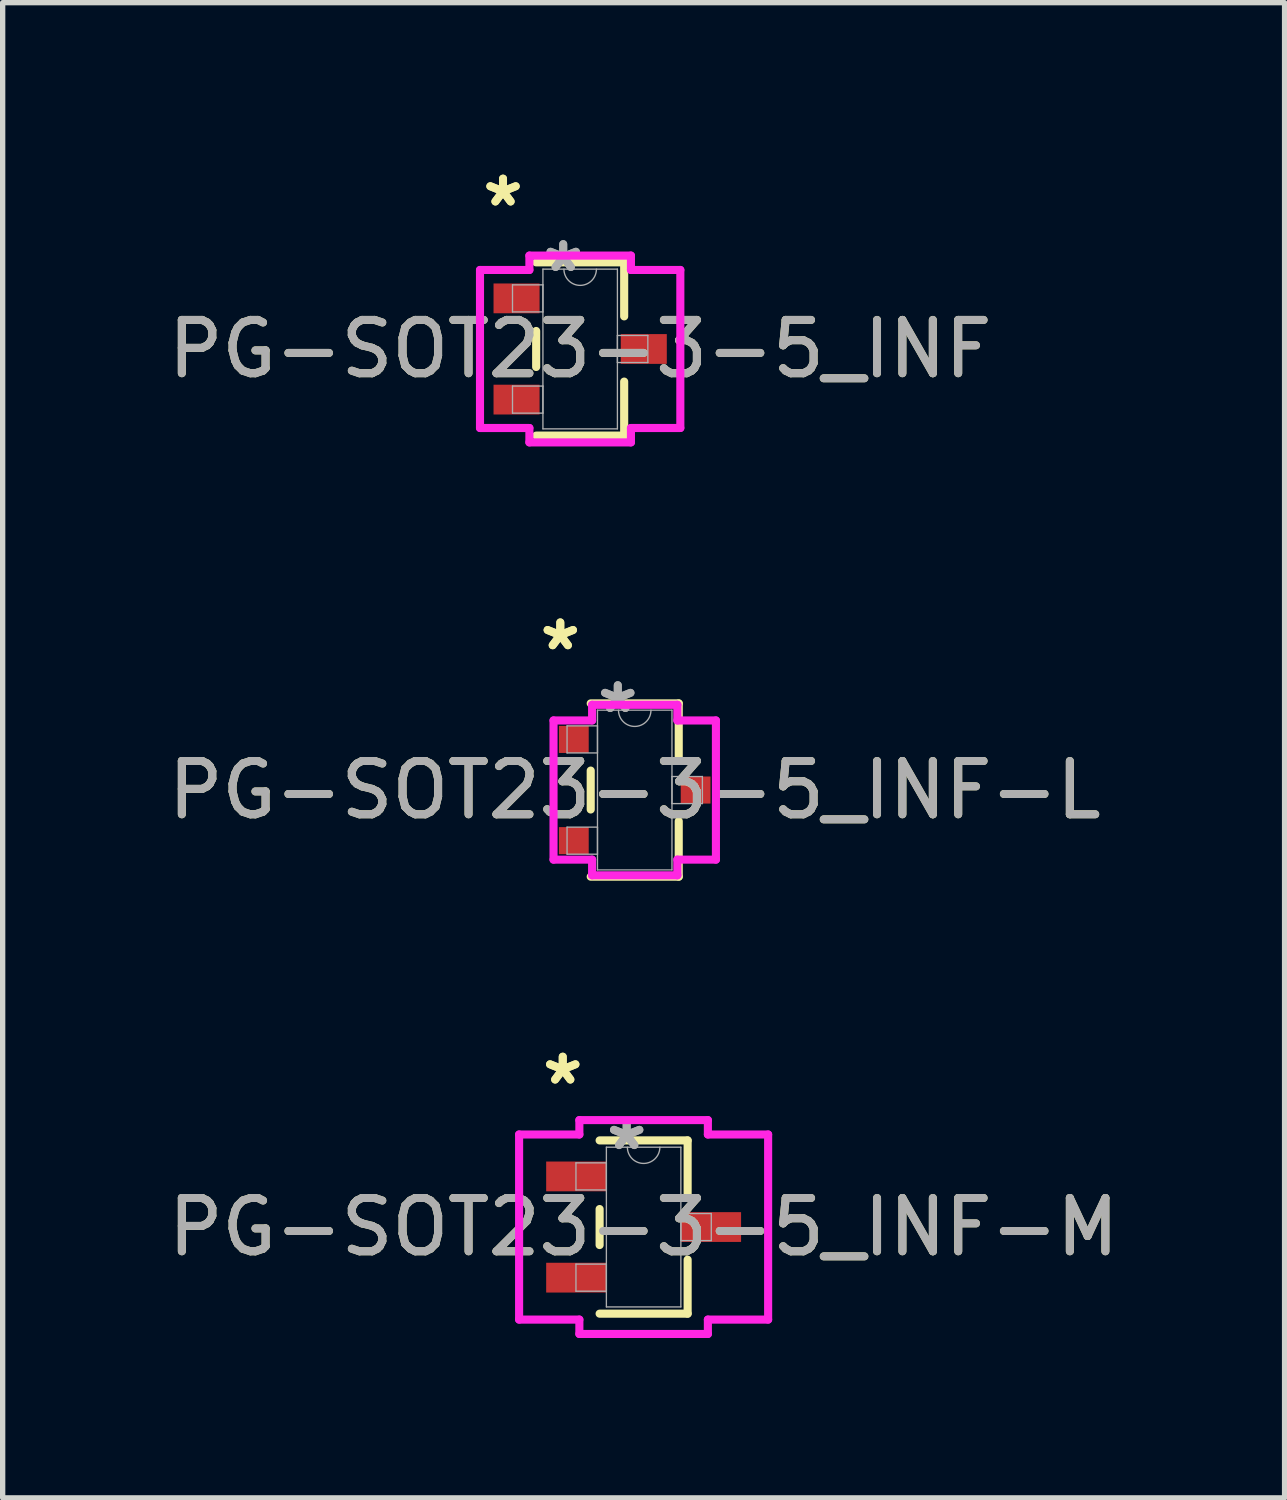
<source format=kicad_pcb>
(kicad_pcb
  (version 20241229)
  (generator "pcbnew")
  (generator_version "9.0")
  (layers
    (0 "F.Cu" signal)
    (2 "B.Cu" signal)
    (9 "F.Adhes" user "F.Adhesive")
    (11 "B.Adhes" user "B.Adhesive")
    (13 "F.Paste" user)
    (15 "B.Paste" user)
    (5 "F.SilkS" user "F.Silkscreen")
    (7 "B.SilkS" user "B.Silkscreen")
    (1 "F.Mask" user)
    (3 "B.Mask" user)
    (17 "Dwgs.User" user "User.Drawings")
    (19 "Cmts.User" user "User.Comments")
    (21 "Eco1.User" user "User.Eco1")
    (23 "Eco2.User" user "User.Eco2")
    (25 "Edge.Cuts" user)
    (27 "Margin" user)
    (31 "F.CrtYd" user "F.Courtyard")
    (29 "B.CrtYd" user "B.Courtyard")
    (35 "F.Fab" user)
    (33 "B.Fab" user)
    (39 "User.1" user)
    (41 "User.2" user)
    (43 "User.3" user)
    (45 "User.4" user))
  (footprint "PG-SOT23-3-5_INF-L"
    (layer "F.Cu")
    (at 8.863 11.778)
    (property "Reference" "PG-SOT23-3-5_INF-L" (at 0 0 0) (unlocked yes) (layer "F.SilkS") (effects (font (size 1 1) (thickness 0.15))))
    (attr smd)
    (fp_line (start -0.826 -0.365) (end -0.826 0.365) (stroke (width 0.152) (type solid)) (layer "F.SilkS"))
    (fp_line (start -0.826 1.626) (end 0.826 1.626) (stroke (width 0.152) (type solid)) (layer "F.SilkS"))
    (fp_line (start 0.826 -1.626) (end -0.826 -1.626) (stroke (width 0.152) (type solid)) (layer "F.SilkS"))
    (fp_line (start 0.826 -0.585) (end 0.826 -1.626) (stroke (width 0.152) (type solid)) (layer "F.SilkS"))
    (fp_line (start 0.826 1.626) (end 0.826 0.585) (stroke (width 0.152) (type solid)) (layer "F.SilkS"))
    (fp_line (start -1.524 -1.306) (end -0.8 -1.306) (stroke (width 0.152) (type solid)) (layer "F.CrtYd"))
    (fp_line (start -1.524 1.306) (end -1.524 -1.306) (stroke (width 0.152) (type solid)) (layer "F.CrtYd"))
    (fp_line (start -1.524 1.306) (end -0.8 1.306) (stroke (width 0.152) (type solid)) (layer "F.CrtYd"))
    (fp_line (start -0.8 -1.6) (end 0.8 -1.6) (stroke (width 0.152) (type solid)) (layer "F.CrtYd"))
    (fp_line (start -0.8 -1.306) (end -0.8 -1.6) (stroke (width 0.152) (type solid)) (layer "F.CrtYd"))
    (fp_line (start -0.8 1.6) (end -0.8 1.306) (stroke (width 0.152) (type solid)) (layer "F.CrtYd"))
    (fp_line (start 0.8 -1.6) (end 0.8 -1.306) (stroke (width 0.152) (type solid)) (layer "F.CrtYd"))
    (fp_line (start 0.8 1.306) (end 0.8 1.6) (stroke (width 0.152) (type solid)) (layer "F.CrtYd"))
    (fp_line (start 0.8 1.6) (end -0.8 1.6) (stroke (width 0.152) (type solid)) (layer "F.CrtYd"))
    (fp_line (start 1.524 -1.306) (end 0.8 -1.306) (stroke (width 0.152) (type solid)) (layer "F.CrtYd"))
    (fp_line (start 1.524 -1.306) (end 1.524 1.306) (stroke (width 0.152) (type solid)) (layer "F.CrtYd"))
    (fp_line (start 1.524 1.306) (end 0.8 1.306) (stroke (width 0.152) (type solid)) (layer "F.CrtYd"))
    (fp_line (start -1.27 -1.204) (end -1.27 -0.696) (stroke (width 0.025) (type solid)) (layer "F.Fab"))
    (fp_line (start -1.27 -0.696) (end -0.699 -0.696) (stroke (width 0.025) (type solid)) (layer "F.Fab"))
    (fp_line (start -1.27 0.696) (end -1.27 1.204) (stroke (width 0.025) (type solid)) (layer "F.Fab"))
    (fp_line (start -1.27 1.204) (end -0.699 1.204) (stroke (width 0.025) (type solid)) (layer "F.Fab"))
    (fp_line (start -0.699 -1.499) (end -0.699 1.499) (stroke (width 0.025) (type solid)) (layer "F.Fab"))
    (fp_line (start -0.699 -1.204) (end -1.27 -1.204) (stroke (width 0.025) (type solid)) (layer "F.Fab"))
    (fp_line (start -0.699 -0.696) (end -0.699 -1.204) (stroke (width 0.025) (type solid)) (layer "F.Fab"))
    (fp_line (start -0.699 0.696) (end -1.27 0.696) (stroke (width 0.025) (type solid)) (layer "F.Fab"))
    (fp_line (start -0.699 1.204) (end -0.699 0.696) (stroke (width 0.025) (type solid)) (layer "F.Fab"))
    (fp_line (start -0.699 1.499) (end 0.699 1.499) (stroke (width 0.025) (type solid)) (layer "F.Fab"))
    (fp_line (start 0.699 -1.499) (end -0.699 -1.499) (stroke (width 0.025) (type solid)) (layer "F.Fab"))
    (fp_line (start 0.699 -0.254) (end 0.699 0.254) (stroke (width 0.025) (type solid)) (layer "F.Fab"))
    (fp_line (start 0.699 0.254) (end 1.27 0.254) (stroke (width 0.025) (type solid)) (layer "F.Fab"))
    (fp_line (start 0.699 1.499) (end 0.699 -1.499) (stroke (width 0.025) (type solid)) (layer "F.Fab"))
    (fp_line (start 1.27 -0.254) (end 0.699 -0.254) (stroke (width 0.025) (type solid)) (layer "F.Fab"))
    (fp_line (start 1.27 0.254) (end 1.27 -0.254) (stroke (width 0.025) (type solid)) (layer "F.Fab"))
    (fp_arc (start 0.3048 -1.4986) (mid 0 -1.1938) (end -0.3048 -1.4986) (stroke (width 0.0254) (type solid)) (layer "F.Fab"))
    (fp_text user "*" (at -1.397 -2.601 0) (unlocked yes) (layer "F.SilkS") (effects (font (size 1 1) (thickness 0.15))))
    (fp_text user "*" (at -1.397 -2.601 0) (layer "F.SilkS") (effects (font (size 1 1) (thickness 0.15))))
    (fp_text user "*" (at -0.318 -1.422 0) (unlocked yes) (layer "F.Fab") (effects (font (size 1 1) (thickness 0.15))))
    (fp_text user "${REFERENCE}" (at 0 0 0) (unlocked yes) (layer "F.Fab") (effects (font (size 1 1) (thickness 0.15))))
    (fp_text user "*" (at -0.318 -1.422 0) (layer "F.Fab") (effects (font (size 1 1) (thickness 0.15))))
    (pad "1" smd rect (at -1.143 -0.95) (size 0.559 0.508) (layers "F.Cu" "F.Mask" "F.Paste"))
    (pad "2" smd rect (at -1.143 0.95) (size 0.559 0.508) (layers "F.Cu" "F.Mask" "F.Paste"))
    (pad "3" smd rect (at 1.143 0) (size 0.559 0.508) (layers "F.Cu" "F.Mask" "F.Paste")))
  (footprint "PG-SOT23-3-5_INF"
    (layer "F.Cu")
    (at 7.839 3.5)
    (property "Reference" "PG-SOT23-3-5_INF" (at 0 0 0) (unlocked yes) (layer "F.SilkS") (effects (font (size 1 1) (thickness 0.15))))
    (attr smd)
    (fp_line (start -0.826 -0.338) (end -0.826 0.338) (stroke (width 0.152) (type solid)) (layer "F.SilkS"))
    (fp_line (start -0.826 1.626) (end 0.826 1.626) (stroke (width 0.152) (type solid)) (layer "F.SilkS"))
    (fp_line (start 0.826 -1.626) (end -0.826 -1.626) (stroke (width 0.152) (type solid)) (layer "F.SilkS"))
    (fp_line (start 0.826 -0.612) (end 0.826 -1.626) (stroke (width 0.152) (type solid)) (layer "F.SilkS"))
    (fp_line (start 0.826 1.626) (end 0.826 0.612) (stroke (width 0.152) (type solid)) (layer "F.SilkS"))
    (fp_line (start -1.88 -1.483) (end -0.953 -1.483) (stroke (width 0.152) (type solid)) (layer "F.CrtYd"))
    (fp_line (start -1.88 1.483) (end -1.88 -1.483) (stroke (width 0.152) (type solid)) (layer "F.CrtYd"))
    (fp_line (start -1.88 1.483) (end -0.953 1.483) (stroke (width 0.152) (type solid)) (layer "F.CrtYd"))
    (fp_line (start -0.953 -1.753) (end 0.953 -1.753) (stroke (width 0.152) (type solid)) (layer "F.CrtYd"))
    (fp_line (start -0.953 -1.483) (end -0.953 -1.753) (stroke (width 0.152) (type solid)) (layer "F.CrtYd"))
    (fp_line (start -0.953 1.753) (end -0.953 1.483) (stroke (width 0.152) (type solid)) (layer "F.CrtYd"))
    (fp_line (start 0.953 -1.753) (end 0.953 -1.483) (stroke (width 0.152) (type solid)) (layer "F.CrtYd"))
    (fp_line (start 0.953 1.483) (end 0.953 1.753) (stroke (width 0.152) (type solid)) (layer "F.CrtYd"))
    (fp_line (start 0.953 1.753) (end -0.953 1.753) (stroke (width 0.152) (type solid)) (layer "F.CrtYd"))
    (fp_line (start 1.88 -1.483) (end 0.953 -1.483) (stroke (width 0.152) (type solid)) (layer "F.CrtYd"))
    (fp_line (start 1.88 -1.483) (end 1.88 1.483) (stroke (width 0.152) (type solid)) (layer "F.CrtYd"))
    (fp_line (start 1.88 1.483) (end 0.953 1.483) (stroke (width 0.152) (type solid)) (layer "F.CrtYd"))
    (fp_line (start -1.27 -1.204) (end -1.27 -0.696) (stroke (width 0.025) (type solid)) (layer "F.Fab"))
    (fp_line (start -1.27 -0.696) (end -0.699 -0.696) (stroke (width 0.025) (type solid)) (layer "F.Fab"))
    (fp_line (start -1.27 0.696) (end -1.27 1.204) (stroke (width 0.025) (type solid)) (layer "F.Fab"))
    (fp_line (start -1.27 1.204) (end -0.699 1.204) (stroke (width 0.025) (type solid)) (layer "F.Fab"))
    (fp_line (start -0.699 -1.499) (end -0.699 1.499) (stroke (width 0.025) (type solid)) (layer "F.Fab"))
    (fp_line (start -0.699 -1.204) (end -1.27 -1.204) (stroke (width 0.025) (type solid)) (layer "F.Fab"))
    (fp_line (start -0.699 -0.696) (end -0.699 -1.204) (stroke (width 0.025) (type solid)) (layer "F.Fab"))
    (fp_line (start -0.699 0.696) (end -1.27 0.696) (stroke (width 0.025) (type solid)) (layer "F.Fab"))
    (fp_line (start -0.699 1.204) (end -0.699 0.696) (stroke (width 0.025) (type solid)) (layer "F.Fab"))
    (fp_line (start -0.699 1.499) (end 0.699 1.499) (stroke (width 0.025) (type solid)) (layer "F.Fab"))
    (fp_line (start 0.699 -1.499) (end -0.699 -1.499) (stroke (width 0.025) (type solid)) (layer "F.Fab"))
    (fp_line (start 0.699 -0.254) (end 0.699 0.254) (stroke (width 0.025) (type solid)) (layer "F.Fab"))
    (fp_line (start 0.699 0.254) (end 1.27 0.254) (stroke (width 0.025) (type solid)) (layer "F.Fab"))
    (fp_line (start 0.699 1.499) (end 0.699 -1.499) (stroke (width 0.025) (type solid)) (layer "F.Fab"))
    (fp_line (start 1.27 -0.254) (end 0.699 -0.254) (stroke (width 0.025) (type solid)) (layer "F.Fab"))
    (fp_line (start 1.27 0.254) (end 1.27 -0.254) (stroke (width 0.025) (type solid)) (layer "F.Fab"))
    (fp_arc (start 0.3048 -1.4986) (mid 0 -1.1938) (end -0.3048 -1.4986) (stroke (width 0.0254) (type solid)) (layer "F.Fab"))
    (fp_text user "*" (at -1.448 -2.652 0) (unlocked yes) (layer "F.SilkS") (effects (font (size 1 1) (thickness 0.15))))
    (fp_text user "*" (at -1.448 -2.652 0) (layer "F.SilkS") (effects (font (size 1 1) (thickness 0.15))))
    (fp_text user "*" (at -0.318 -1.422 0) (layer "F.Fab") (effects (font (size 1 1) (thickness 0.15))))
    (fp_text user "${REFERENCE}" (at 0 0 0) (unlocked yes) (layer "F.Fab") (effects (font (size 1 1) (thickness 0.15))))
    (fp_text user "*" (at -0.318 -1.422 0) (unlocked yes) (layer "F.Fab") (effects (font (size 1 1) (thickness 0.15))))
    (pad "1" smd rect (at -1.194 -0.95) (size 0.864 0.559) (layers "F.Cu" "F.Mask" "F.Paste"))
    (pad "2" smd rect (at -1.194 0.95) (size 0.864 0.559) (layers "F.Cu" "F.Mask" "F.Paste"))
    (pad "3" smd rect (at 1.194 0) (size 0.864 0.559) (layers "F.Cu" "F.Mask" "F.Paste")))
  (footprint "PG-SOT23-3-5_INF-M"
    (layer "F.Cu")
    (at 9.03 19.98)
    (property "Reference" "PG-SOT23-3-5_INF-M" (at 0 0 0) (unlocked yes) (layer "F.SilkS") (effects (font (size 1 1) (thickness 0.15))))
    (attr smd)
    (fp_line (start -0.826 -0.338) (end -0.826 0.338) (stroke (width 0.152) (type solid)) (layer "F.SilkS"))
    (fp_line (start -0.826 1.626) (end 0.826 1.626) (stroke (width 0.152) (type solid)) (layer "F.SilkS"))
    (fp_line (start 0.826 -1.626) (end -0.826 -1.626) (stroke (width 0.152) (type solid)) (layer "F.SilkS"))
    (fp_line (start 0.826 -0.612) (end 0.826 -1.626) (stroke (width 0.152) (type solid)) (layer "F.SilkS"))
    (fp_line (start 0.826 1.626) (end 0.826 0.612) (stroke (width 0.152) (type solid)) (layer "F.SilkS"))
    (fp_line (start -2.337 -1.737) (end -1.206 -1.737) (stroke (width 0.152) (type solid)) (layer "F.CrtYd"))
    (fp_line (start -2.337 1.737) (end -2.337 -1.737) (stroke (width 0.152) (type solid)) (layer "F.CrtYd"))
    (fp_line (start -2.337 1.737) (end -1.206 1.737) (stroke (width 0.152) (type solid)) (layer "F.CrtYd"))
    (fp_line (start -1.206 -2.007) (end 1.206 -2.007) (stroke (width 0.152) (type solid)) (layer "F.CrtYd"))
    (fp_line (start -1.206 -1.737) (end -1.206 -2.007) (stroke (width 0.152) (type solid)) (layer "F.CrtYd"))
    (fp_line (start -1.206 2.007) (end -1.206 1.737) (stroke (width 0.152) (type solid)) (layer "F.CrtYd"))
    (fp_line (start 1.206 -2.007) (end 1.206 -1.737) (stroke (width 0.152) (type solid)) (layer "F.CrtYd"))
    (fp_line (start 1.206 1.737) (end 1.206 2.007) (stroke (width 0.152) (type solid)) (layer "F.CrtYd"))
    (fp_line (start 1.206 2.007) (end -1.206 2.007) (stroke (width 0.152) (type solid)) (layer "F.CrtYd"))
    (fp_line (start 2.337 -1.737) (end 1.206 -1.737) (stroke (width 0.152) (type solid)) (layer "F.CrtYd"))
    (fp_line (start 2.337 -1.737) (end 2.337 1.737) (stroke (width 0.152) (type solid)) (layer "F.CrtYd"))
    (fp_line (start 2.337 1.737) (end 1.206 1.737) (stroke (width 0.152) (type solid)) (layer "F.CrtYd"))
    (fp_line (start -1.27 -1.204) (end -1.27 -0.696) (stroke (width 0.025) (type solid)) (layer "F.Fab"))
    (fp_line (start -1.27 -0.696) (end -0.699 -0.696) (stroke (width 0.025) (type solid)) (layer "F.Fab"))
    (fp_line (start -1.27 0.696) (end -1.27 1.204) (stroke (width 0.025) (type solid)) (layer "F.Fab"))
    (fp_line (start -1.27 1.204) (end -0.699 1.204) (stroke (width 0.025) (type solid)) (layer "F.Fab"))
    (fp_line (start -0.699 -1.499) (end -0.699 1.499) (stroke (width 0.025) (type solid)) (layer "F.Fab"))
    (fp_line (start -0.699 -1.204) (end -1.27 -1.204) (stroke (width 0.025) (type solid)) (layer "F.Fab"))
    (fp_line (start -0.699 -0.696) (end -0.699 -1.204) (stroke (width 0.025) (type solid)) (layer "F.Fab"))
    (fp_line (start -0.699 0.696) (end -1.27 0.696) (stroke (width 0.025) (type solid)) (layer "F.Fab"))
    (fp_line (start -0.699 1.204) (end -0.699 0.696) (stroke (width 0.025) (type solid)) (layer "F.Fab"))
    (fp_line (start -0.699 1.499) (end 0.699 1.499) (stroke (width 0.025) (type solid)) (layer "F.Fab"))
    (fp_line (start 0.699 -1.499) (end -0.699 -1.499) (stroke (width 0.025) (type solid)) (layer "F.Fab"))
    (fp_line (start 0.699 -0.254) (end 0.699 0.254) (stroke (width 0.025) (type solid)) (layer "F.Fab"))
    (fp_line (start 0.699 0.254) (end 1.27 0.254) (stroke (width 0.025) (type solid)) (layer "F.Fab"))
    (fp_line (start 0.699 1.499) (end 0.699 -1.499) (stroke (width 0.025) (type solid)) (layer "F.Fab"))
    (fp_line (start 1.27 -0.254) (end 0.699 -0.254) (stroke (width 0.025) (type solid)) (layer "F.Fab"))
    (fp_line (start 1.27 0.254) (end 1.27 -0.254) (stroke (width 0.025) (type solid)) (layer "F.Fab"))
    (fp_arc (start 0.3048 -1.4986) (mid 0 -1.1938) (end -0.3048 -1.4986) (stroke (width 0.0254) (type solid)) (layer "F.Fab"))
    (fp_text user "*" (at -1.518 -2.652 0) (layer "F.SilkS") (effects (font (size 1 1) (thickness 0.15))))
    (fp_text user "*" (at -1.518 -2.652 0) (unlocked yes) (layer "F.SilkS") (effects (font (size 1 1) (thickness 0.15))))
    (fp_text user "${REFERENCE}" (at 0 0 0) (unlocked yes) (layer "F.Fab") (effects (font (size 1 1) (thickness 0.15))))
    (fp_text user "*" (at -0.318 -1.422 0) (unlocked yes) (layer "F.Fab") (effects (font (size 1 1) (thickness 0.15))))
    (fp_text user "*" (at -0.318 -1.422 0) (layer "F.Fab") (effects (font (size 1 1) (thickness 0.15))))
    (pad "1" smd rect (at -1.264 -0.95) (size 1.13 0.559) (layers "F.Cu" "F.Mask" "F.Paste"))
    (pad "2" smd rect (at -1.264 0.95) (size 1.13 0.559) (layers "F.Cu" "F.Mask" "F.Paste"))
    (pad "3" smd rect (at 1.264 0) (size 1.13 0.559) (layers "F.Cu" "F.Mask" "F.Paste")))
  (gr_rect
    (start -3 -3)
    (end 21.06 25.063)
    (stroke (width 0.1) (type default))
    (fill no)
    (layer "Edge.Cuts")))
</source>
